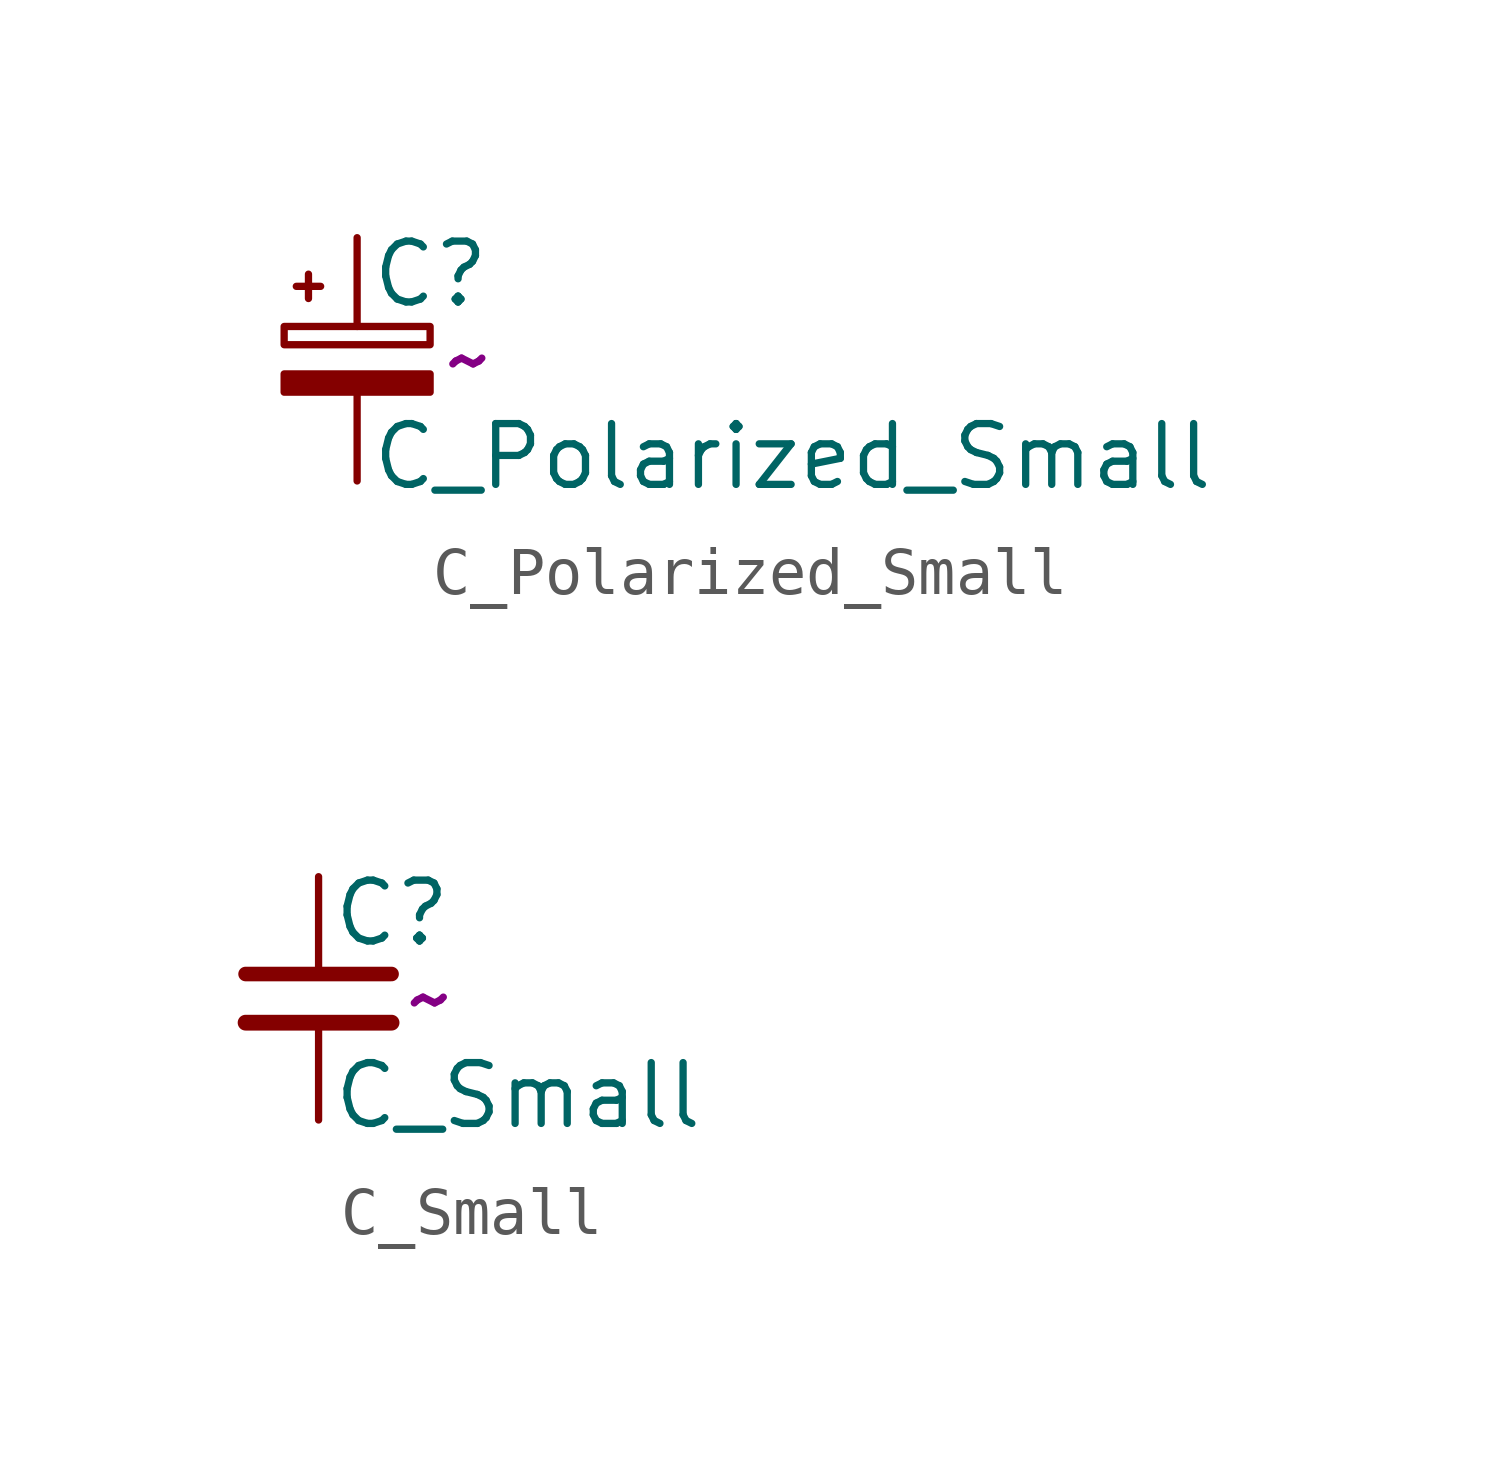
<source format=kicad_sym>
(kicad_symbol_lib
  (version 20211014)
  (generator kicad_symbol_editor)
  (symbol "C_Polarized_Small"
    (pin_numbers hide)
    (pin_names
      (offset 0.254) hide)
    (property "Reference" "C"
      (at 0.254 1.778 0)
      (effects (font (size 1.27 1.27)) (justify left)))
    (property "Value" "C_Polarized_Small"
      (at 0.254 -2.032 0)
      (effects (font (size 1.27 1.27)) (justify left)))
    (property "Type" "~"
      (at 1.778 0 0)
      (effects (font (size 1.27 1.27)) (justify left)))
    (symbol "C_Polarized_Small_0_1"
      (rectangle (start -1.524 -0.305) (end 1.524 -0.686) (stroke (width 0) (type default) (color 0 0 0 0)) (fill (type outline)))
      (rectangle (start -1.524 0.686) (end 1.524 0.305) (stroke (width 0) (type default) (color 0 0 0 0)) (fill (type none)))
      (polyline (pts (xy -1.27 1.524) (xy -0.762 1.524)) (stroke (width 0) (type default) (color 0 0 0 0)) (fill (type none)))
      (polyline (pts (xy -1.016 1.27) (xy -1.016 1.778)) (stroke (width 0) (type default) (color 0 0 0 0)) (fill (type none))))
    (symbol "C_Polarized_Small_1_1"
      (pin passive line (at 0 2.54 270) (length 1.854) (name "~" (effects (font (size 1.27 1.27)))) (number "1" (effects (font (size 1.27 1.27)))))
      (pin passive line (at 0 -2.54 90) (length 1.854) (name "~" (effects (font (size 1.27 1.27)))) (number "2" (effects (font (size 1.27 1.27)))))))
  (symbol "C_Small"
    (pin_numbers hide)
    (pin_names
      (offset 0.254) hide)
    (property "Reference" "C"
      (at 0.254 1.778 0)
      (effects (font (size 1.27 1.27)) (justify left)))
    (property "Value" "C_Small"
      (at 0.254 -2.032 0)
      (effects (font (size 1.27 1.27)) (justify left)))
    (property "Type" "~"
      (at 1.778 0 0)
      (effects (font (size 1.27 1.27)) (justify left)))
    (symbol "C_Small_0_1"
      (polyline (pts (xy -1.524 -0.508) (xy 1.524 -0.508)) (stroke (width 0.33) (type default) (color 0 0 0 0)) (fill (type none)))
      (polyline (pts (xy -1.524 0.508) (xy 1.524 0.508)) (stroke (width 0.305) (type default) (color 0 0 0 0)) (fill (type none))))
    (symbol "C_Small_1_1"
      (pin passive line (at 0 2.54 270) (length 2.032) (name "~" (effects (font (size 1.27 1.27)))) (number "1" (effects (font (size 1.27 1.27)))))
      (pin passive line (at 0 -2.54 90) (length 2.032) (name "~" (effects (font (size 1.27 1.27)))) (number "2" (effects (font (size 1.27 1.27))))))))
</source>
